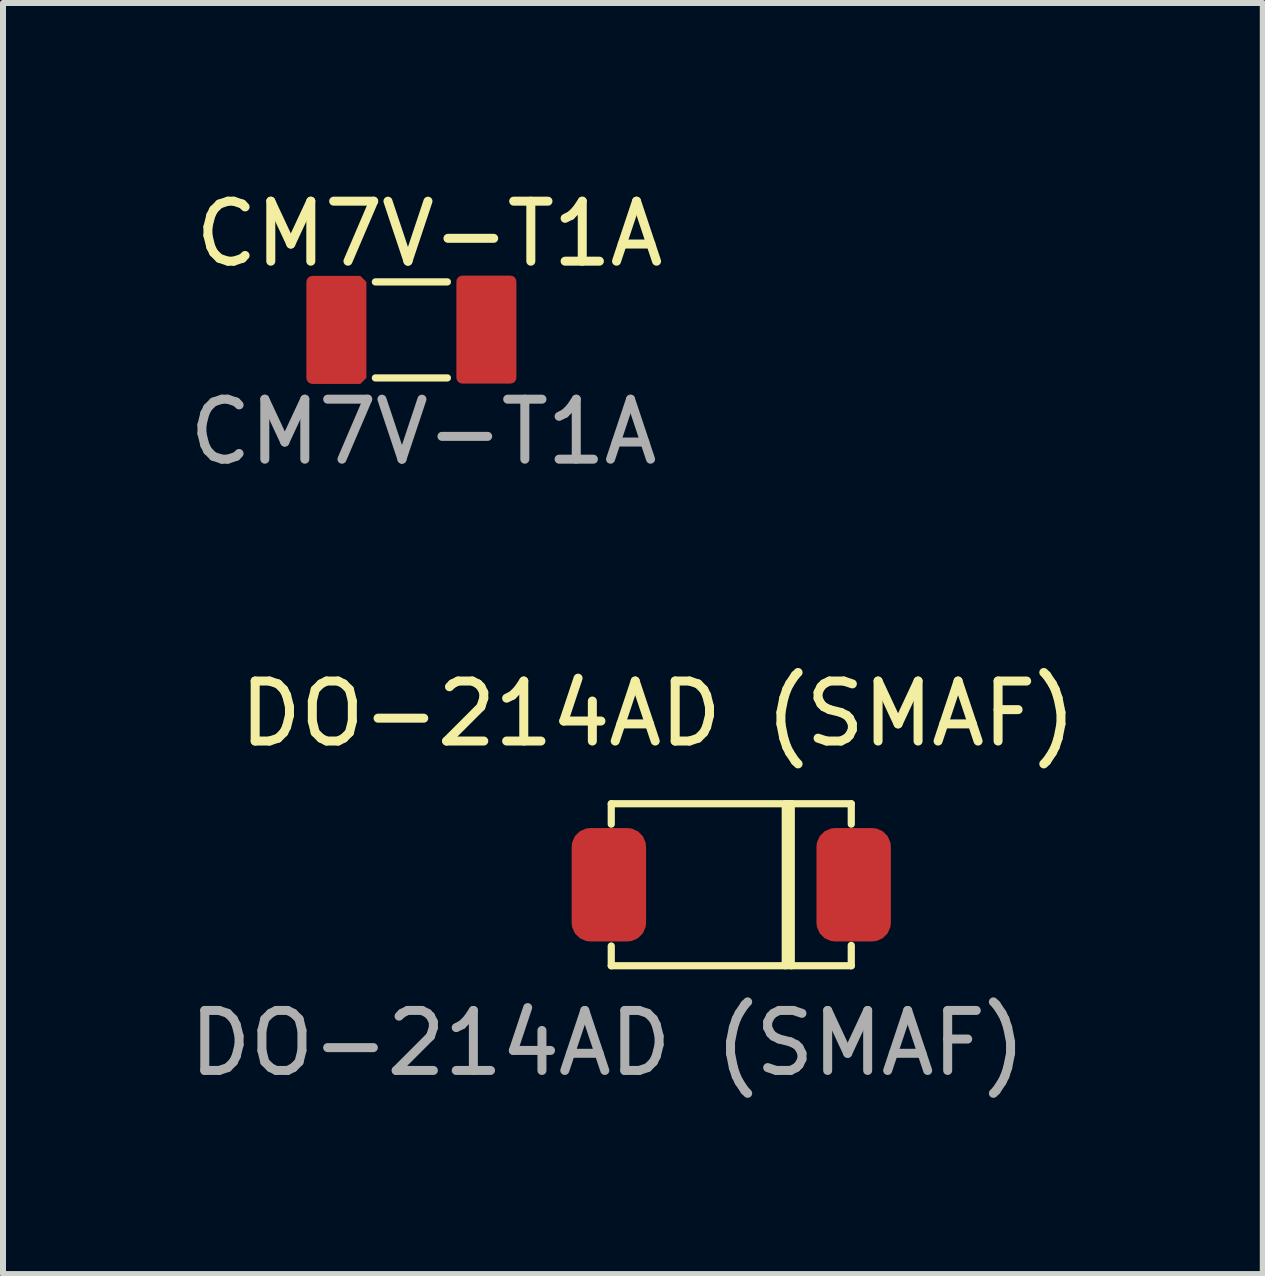
<source format=kicad_pcb>
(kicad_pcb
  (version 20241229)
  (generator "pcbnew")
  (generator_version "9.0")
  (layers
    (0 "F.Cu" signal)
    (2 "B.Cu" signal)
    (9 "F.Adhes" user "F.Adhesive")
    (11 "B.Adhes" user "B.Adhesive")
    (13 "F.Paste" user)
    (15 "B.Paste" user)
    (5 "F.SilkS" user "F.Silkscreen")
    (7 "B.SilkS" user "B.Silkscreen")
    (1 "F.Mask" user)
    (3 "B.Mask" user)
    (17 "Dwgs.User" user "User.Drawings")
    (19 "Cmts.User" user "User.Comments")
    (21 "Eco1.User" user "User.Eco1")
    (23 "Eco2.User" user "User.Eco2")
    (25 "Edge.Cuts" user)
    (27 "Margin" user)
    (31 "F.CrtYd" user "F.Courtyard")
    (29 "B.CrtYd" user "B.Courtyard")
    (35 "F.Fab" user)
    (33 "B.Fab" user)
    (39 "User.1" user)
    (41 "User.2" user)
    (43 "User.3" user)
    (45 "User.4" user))
  (footprint "DO-214AD (SMAF)"
    (layer "F.Cu")
    (at 9.137 11.695)
    (property "Reference" "DO-214AD (SMAF)" (at -1.22 -2.85 0) (unlocked yes) (layer "F.SilkS") (effects (font (size 1 1) (thickness 0.15))))
    (attr smd)
    (fp_line (start -2 -1.35) (end -2 -1.01) (stroke (width 0.12) (type solid)) (layer "F.SilkS"))
    (fp_line (start -2 -1.35) (end 2 -1.35) (stroke (width 0.12) (type solid)) (layer "F.SilkS"))
    (fp_line (start -2 1.35) (end -2 1.02) (stroke (width 0.12) (type solid)) (layer "F.SilkS"))
    (fp_line (start -2 1.35) (end 2 1.35) (stroke (width 0.12) (type solid)) (layer "F.SilkS"))
    (fp_line (start 0.9 -1.35) (end 0.9 1.35) (stroke (width 0.12) (type solid)) (layer "F.SilkS"))
    (fp_line (start 1 -1.35) (end 0.94 -1.35) (stroke (width 0.12) (type solid)) (layer "F.SilkS"))
    (fp_line (start 1 1.35) (end 1 -1.35) (stroke (width 0.12) (type solid)) (layer "F.SilkS"))
    (fp_line (start 2 -1.35) (end 2 -1.01) (stroke (width 0.12) (type solid)) (layer "F.SilkS"))
    (fp_line (start 2 1.35) (end 2 1.01) (stroke (width 0.12) (type solid)) (layer "F.SilkS"))
    (fp_text user "${REFERENCE}" (at -2.06 2.64 0) (unlocked yes) (layer "F.Fab") (effects (font (size 1 1) (thickness 0.15))))
    (pad "1" smd roundrect (at 2.04 0 90) (size 1.89 1.24) (layers "F.Cu" "F.Mask" "F.Paste") (roundrect_rratio 0.25))
    (pad "2" smd roundrect (at -2.04 0 90) (size 1.89 1.24) (layers "F.Cu" "F.Mask" "F.Paste") (roundrect_rratio 0.25)))
  (footprint "CM7V-T1A"
    (layer "F.Cu")
    (at 3.806 2.448)
    (property "Reference" "CM7V-T1A" (at 0.3 -1.6 0) (unlocked yes) (layer "F.SilkS") (effects (font (size 1 1) (thickness 0.15))))
    (attr smd)
    (fp_line (start -0.6 -0.8) (end 0.6 -0.8) (stroke (width 0.12) (type solid)) (layer "F.SilkS"))
    (fp_line (start -0.6 0.8) (end 0.6 0.8) (stroke (width 0.12) (type solid)) (layer "F.SilkS"))
    (fp_text user "${REFERENCE}" (at 0.2 1.7 0) (unlocked yes) (layer "F.Fab") (effects (font (size 1 1) (thickness 0.15))))
    (pad "1" smd roundrect (at -1.25 0) (size 1 1.8) (layers "F.Cu" "F.Mask" "F.Paste") (roundrect_rratio 0.1) (chamfer_ratio 0.1) (chamfer top_right bottom_right))
    (pad "2" smd roundrect (at 1.25 -0.005) (size 1 1.8) (layers "F.Cu" "F.Mask" "F.Paste") (roundrect_rratio 0.1) (chamfer_ratio 0.15) (chamfer)))
  (gr_rect
    (start -3 -3)
    (end 17.995 18.183)
    (stroke (width 0.1) (type default))
    (fill no)
    (layer "Edge.Cuts")))
</source>
